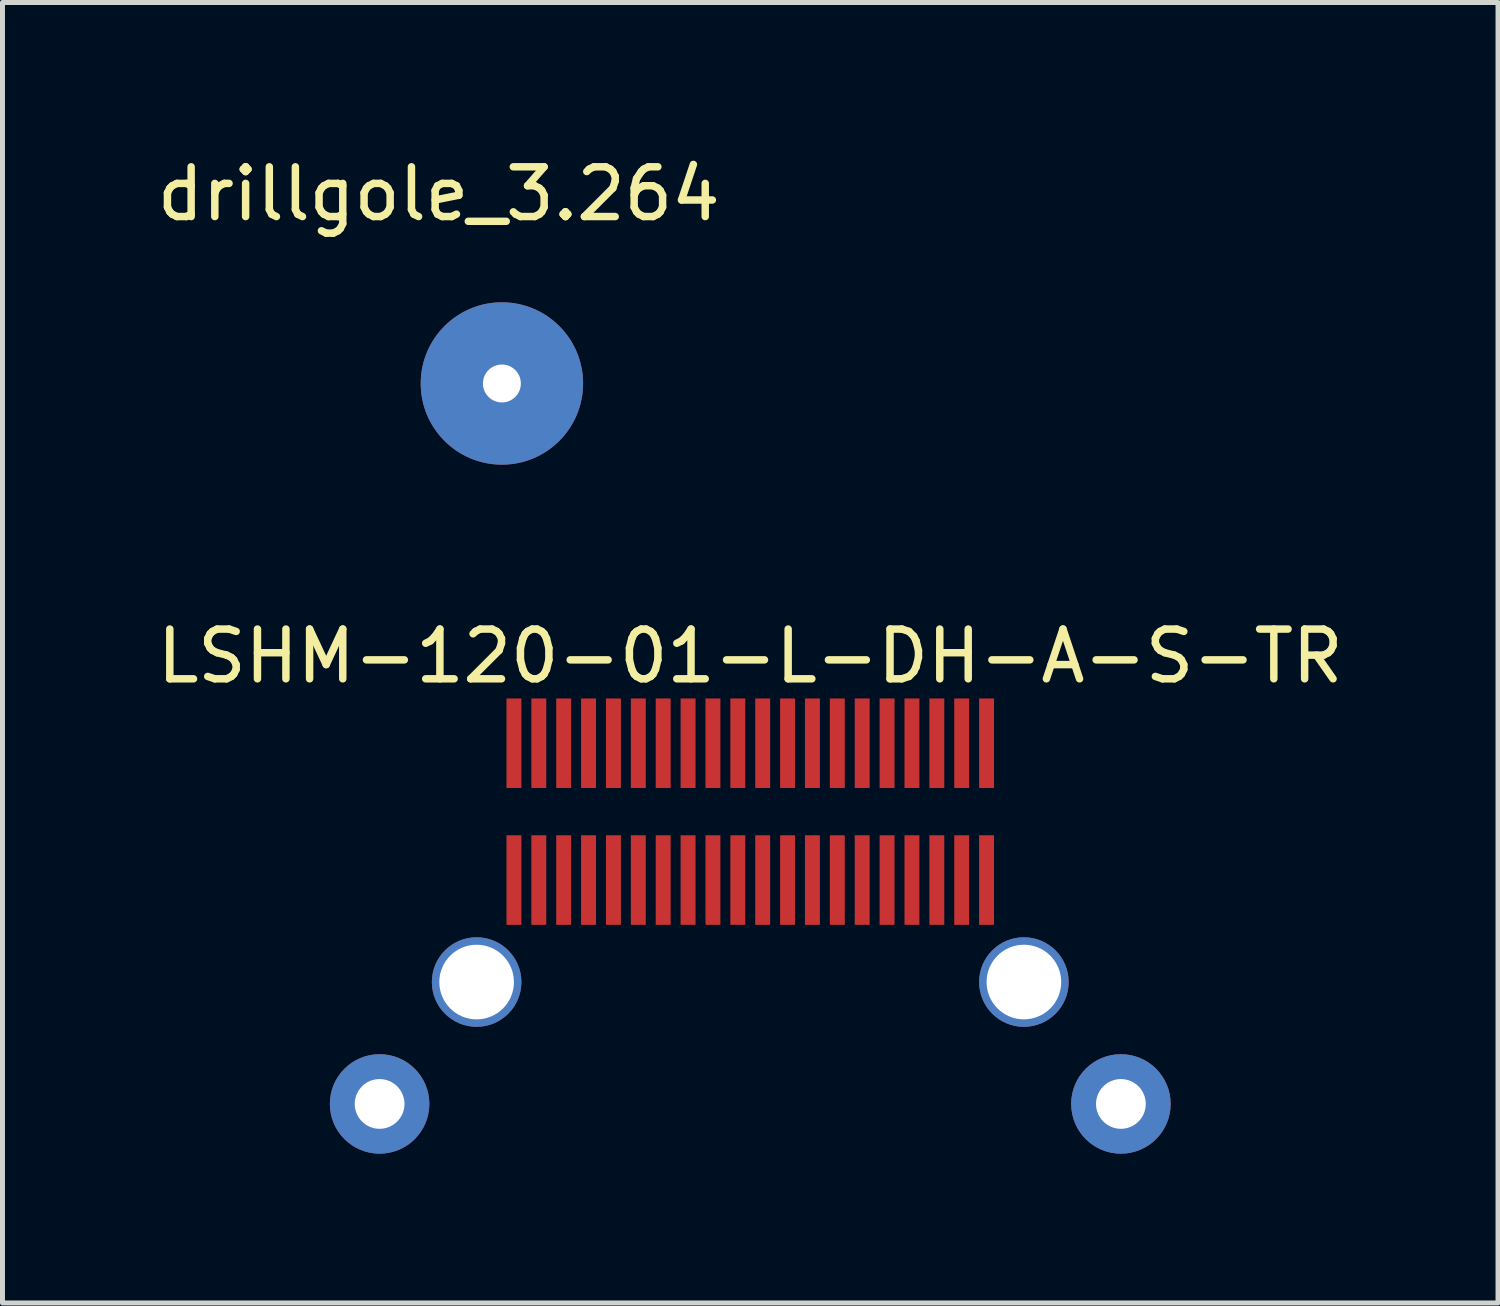
<source format=kicad_pcb>
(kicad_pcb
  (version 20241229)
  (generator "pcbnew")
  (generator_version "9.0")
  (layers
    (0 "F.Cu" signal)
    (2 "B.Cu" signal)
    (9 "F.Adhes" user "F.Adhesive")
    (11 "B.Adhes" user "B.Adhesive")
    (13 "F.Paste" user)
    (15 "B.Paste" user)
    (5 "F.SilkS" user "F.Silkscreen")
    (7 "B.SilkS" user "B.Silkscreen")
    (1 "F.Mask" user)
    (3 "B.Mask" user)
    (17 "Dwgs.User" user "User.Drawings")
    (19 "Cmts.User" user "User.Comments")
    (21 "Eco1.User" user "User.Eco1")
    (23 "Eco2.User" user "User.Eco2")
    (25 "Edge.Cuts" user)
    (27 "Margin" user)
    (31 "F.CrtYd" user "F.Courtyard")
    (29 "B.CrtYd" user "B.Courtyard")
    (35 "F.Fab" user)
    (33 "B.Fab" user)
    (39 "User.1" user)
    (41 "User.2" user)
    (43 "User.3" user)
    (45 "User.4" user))
  (footprint "drillgole_3.264"
    (layer "F.Cu")
    (at 7.038 4.658)
    (property "Reference" "drillgole_3.264" (at -1.27 -3.81 0) (layer "F.SilkS") (effects (font (size 1 1) (thickness 0.15))))
    (attr through_hole)
    (pad "" np_thru_hole circle (at 0 0) (size 3.264 3.264) (drill 0.762) (layers "*.Cu" "*.Mask")))
  (footprint "LSHM-120-01-L-DH-A-S-TR"
    (layer "F.Cu")
    (at 12.03 14.639)
    (property "Reference" "LSHM-120-01-L-DH-A-S-TR" (at 0 -4.5 0) (layer "F.SilkS") (effects (font (size 1 1) (thickness 0.15))))
    (attr through_hole)
    (pad "1" smd rect (at -4.75 -2.75 90) (size 1.8 0.3) (layers "F.Cu" "F.Mask" "F.Paste"))
    (pad "2" smd rect (at -4.25 -2.75 90) (size 1.8 0.3) (layers "F.Cu" "F.Mask" "F.Paste"))
    (pad "3" smd rect (at -3.75 -2.75 90) (size 1.8 0.3) (layers "F.Cu" "F.Mask" "F.Paste"))
    (pad "4" smd rect (at -3.25 -2.75 90) (size 1.8 0.3) (layers "F.Cu" "F.Mask" "F.Paste"))
    (pad "5" smd rect (at -2.75 -2.75 90) (size 1.8 0.3) (layers "F.Cu" "F.Mask" "F.Paste"))
    (pad "6" smd rect (at -2.25 -2.75 90) (size 1.8 0.3) (layers "F.Cu" "F.Mask" "F.Paste"))
    (pad "7" smd rect (at -1.75 -2.75 90) (size 1.8 0.3) (layers "F.Cu" "F.Mask" "F.Paste"))
    (pad "8" smd rect (at -1.25 -2.75 90) (size 1.8 0.3) (layers "F.Cu" "F.Mask" "F.Paste"))
    (pad "9" smd rect (at -0.75 -2.75 90) (size 1.8 0.3) (layers "F.Cu" "F.Mask" "F.Paste"))
    (pad "10" smd rect (at -0.25 -2.75 90) (size 1.8 0.3) (layers "F.Cu" "F.Mask" "F.Paste"))
    (pad "11" smd rect (at 0.25 -2.75 90) (size 1.8 0.3) (layers "F.Cu" "F.Mask" "F.Paste"))
    (pad "12" smd rect (at 0.75 -2.75 90) (size 1.8 0.3) (layers "F.Cu" "F.Mask" "F.Paste"))
    (pad "13" smd rect (at 1.25 -2.75 90) (size 1.8 0.3) (layers "F.Cu" "F.Mask" "F.Paste"))
    (pad "14" smd rect (at 1.75 -2.75 90) (size 1.8 0.3) (layers "F.Cu" "F.Mask" "F.Paste"))
    (pad "15" smd rect (at 2.25 -2.75 90) (size 1.8 0.3) (layers "F.Cu" "F.Mask" "F.Paste"))
    (pad "16" smd rect (at 2.75 -2.75 90) (size 1.8 0.3) (layers "F.Cu" "F.Mask" "F.Paste"))
    (pad "17" smd rect (at 3.25 -2.75 90) (size 1.8 0.3) (layers "F.Cu" "F.Mask" "F.Paste"))
    (pad "18" smd rect (at 3.75 -2.75 90) (size 1.8 0.3) (layers "F.Cu" "F.Mask" "F.Paste"))
    (pad "19" smd rect (at 4.25 -2.75 90) (size 1.8 0.3) (layers "F.Cu" "F.Mask" "F.Paste"))
    (pad "20" smd rect (at 4.75 -2.75 90) (size 1.8 0.3) (layers "F.Cu" "F.Mask" "F.Paste"))
    (pad "21" smd rect (at -4.75 0 90) (size 1.8 0.3) (layers "F.Cu" "F.Mask" "F.Paste"))
    (pad "22" smd rect (at -4.25 0 90) (size 1.8 0.3) (layers "F.Cu" "F.Mask" "F.Paste"))
    (pad "23" smd rect (at -3.75 0 90) (size 1.8 0.3) (layers "F.Cu" "F.Mask" "F.Paste"))
    (pad "24" smd rect (at -3.25 0 90) (size 1.8 0.3) (layers "F.Cu" "F.Mask" "F.Paste"))
    (pad "25" smd rect (at -2.75 0 90) (size 1.8 0.3) (layers "F.Cu" "F.Mask" "F.Paste"))
    (pad "26" smd rect (at -2.25 0 90) (size 1.8 0.3) (layers "F.Cu" "F.Mask" "F.Paste"))
    (pad "27" smd rect (at -1.75 0 90) (size 1.8 0.3) (layers "F.Cu" "F.Mask" "F.Paste"))
    (pad "28" smd rect (at -1.25 0 90) (size 1.8 0.3) (layers "F.Cu" "F.Mask" "F.Paste"))
    (pad "29" smd rect (at -0.75 0 90) (size 1.8 0.3) (layers "F.Cu" "F.Mask" "F.Paste"))
    (pad "30" smd rect (at -0.25 0 90) (size 1.8 0.3) (layers "F.Cu" "F.Mask" "F.Paste"))
    (pad "31" smd rect (at 0.25 0 90) (size 1.8 0.3) (layers "F.Cu" "F.Mask" "F.Paste"))
    (pad "32" smd rect (at 0.75 0 90) (size 1.8 0.3) (layers "F.Cu" "F.Mask" "F.Paste"))
    (pad "33" smd rect (at 1.25 0 90) (size 1.8 0.3) (layers "F.Cu" "F.Mask" "F.Paste"))
    (pad "34" smd rect (at 1.75 0 90) (size 1.8 0.3) (layers "F.Cu" "F.Mask" "F.Paste"))
    (pad "35" smd rect (at 2.25 0 90) (size 1.8 0.3) (layers "F.Cu" "F.Mask" "F.Paste"))
    (pad "36" smd rect (at 2.75 0 90) (size 1.8 0.3) (layers "F.Cu" "F.Mask" "F.Paste"))
    (pad "37" smd rect (at 3.25 0 90) (size 1.8 0.3) (layers "F.Cu" "F.Mask" "F.Paste"))
    (pad "38" smd rect (at 3.75 0 90) (size 1.8 0.3) (layers "F.Cu" "F.Mask" "F.Paste"))
    (pad "39" smd rect (at 4.25 0 90) (size 1.8 0.3) (layers "F.Cu" "F.Mask" "F.Paste"))
    (pad "40" smd rect (at 4.75 0 90) (size 1.8 0.3) (layers "F.Cu" "F.Mask" "F.Paste"))
    (pad "41" thru_hole circle (at -5.5 2.05 90) (size 1.8 1.8) (drill 1.5) (layers "*.Cu" "*.Mask"))
    (pad "42" thru_hole circle (at 5.5 2.05 90) (size 1.8 1.8) (drill 1.5) (layers "*.Cu" "*.Mask"))
    (pad "43" thru_hole circle (at -7.45 4.5 90) (size 2 2) (drill 1) (layers "*.Cu" "*.Mask"))
    (pad "44" thru_hole circle (at 7.45 4.5 90) (size 2 2) (drill 1) (layers "*.Cu" "*.Mask")))
  (gr_rect
    (start -3 -3)
    (end 27.06 23.139)
    (stroke (width 0.1) (type default))
    (fill no)
    (layer "Edge.Cuts")))
</source>
